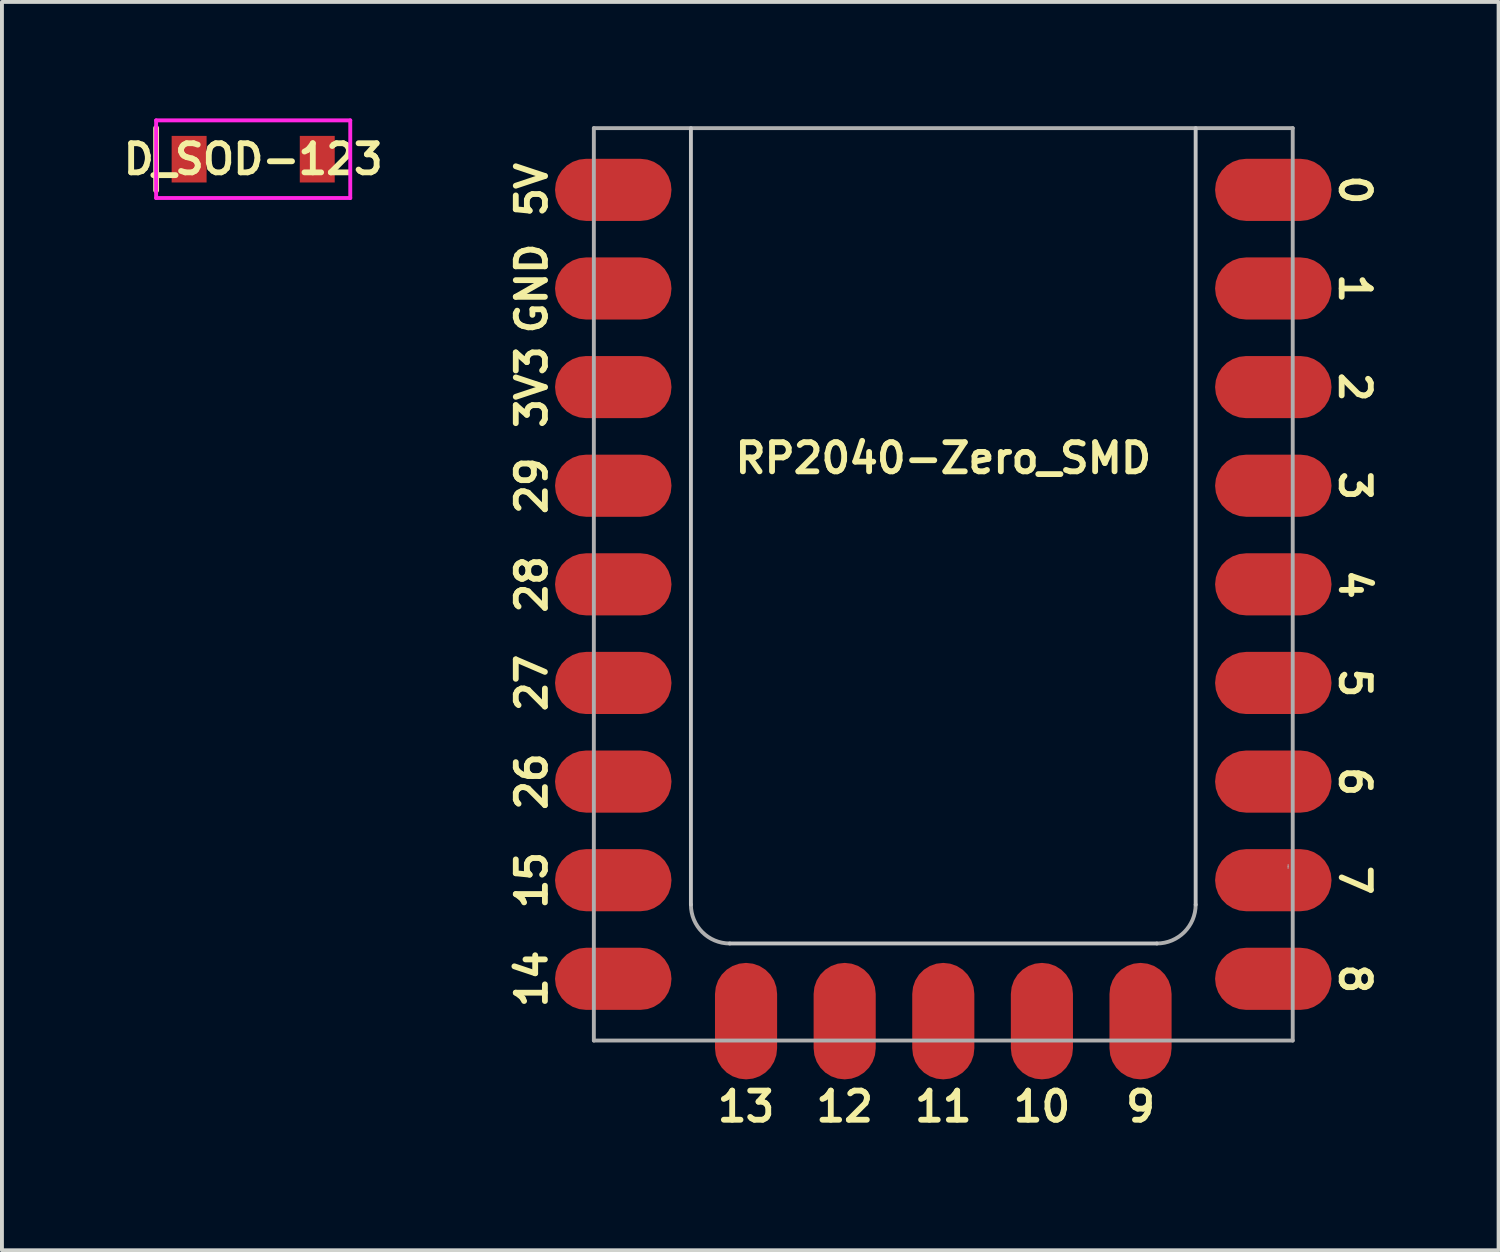
<source format=kicad_pcb>
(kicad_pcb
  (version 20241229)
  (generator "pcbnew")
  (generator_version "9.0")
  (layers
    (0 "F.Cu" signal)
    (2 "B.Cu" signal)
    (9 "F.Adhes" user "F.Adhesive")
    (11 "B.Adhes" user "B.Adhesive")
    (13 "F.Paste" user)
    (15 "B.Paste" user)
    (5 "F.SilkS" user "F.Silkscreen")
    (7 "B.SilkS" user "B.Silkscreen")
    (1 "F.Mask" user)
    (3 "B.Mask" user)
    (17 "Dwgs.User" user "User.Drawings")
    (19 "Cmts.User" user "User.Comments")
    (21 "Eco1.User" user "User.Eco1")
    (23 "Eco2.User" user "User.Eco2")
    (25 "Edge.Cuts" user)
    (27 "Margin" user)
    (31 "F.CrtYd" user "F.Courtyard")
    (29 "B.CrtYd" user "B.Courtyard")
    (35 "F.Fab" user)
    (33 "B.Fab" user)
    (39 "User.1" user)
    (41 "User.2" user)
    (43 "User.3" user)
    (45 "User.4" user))
  (footprint "D_SOD-123"
    (layer "F.Cu")
    (at 3.471 1.05)
    (property "Reference" "D_SOD-123" (at 0 0 0) (layer "F.SilkS") (effects (font (size 0.75 0.75) (thickness 0.15))))
    (attr smd)
    (fp_line (start -2.5 -0.8) (end -2.5 0.8) (stroke (width 0.15) (type solid)) (layer "F.SilkS"))
    (fp_line (start -2.5 -1) (end -2.5 1) (stroke (width 0.1) (type solid)) (layer "F.CrtYd"))
    (fp_line (start -2.5 1) (end 2.5 1) (stroke (width 0.1) (type solid)) (layer "F.CrtYd"))
    (fp_line (start 2.5 -1) (end -2.5 -1) (stroke (width 0.1) (type solid)) (layer "F.CrtYd"))
    (fp_line (start 2.5 1) (end 2.5 -1) (stroke (width 0.1) (type solid)) (layer "F.CrtYd"))
    (pad "1" smd rect (at -1.65 0) (size 0.9 1.2) (layers "F.Cu" "F.Mask" "F.Paste"))
    (pad "2" smd rect (at 1.65 0) (size 0.9 1.2) (layers "F.Cu" "F.Mask" "F.Paste")))
  (footprint "RP2040-Zero_SMD"
    (layer "F.Cu")
    (at 21.245 0.25)
    (property "Reference" "RP2040-Zero_SMD" (at 0 8.5 0) (layer "F.SilkS") (effects (font (size 0.75 0.75) (thickness 0.15))))
    (attr smd)
    (fp_line (start -6.5 0) (end -6.5 20) (stroke (width 0.1) (type solid)) (layer "Dwgs.User"))
    (fp_line (start -5.5 21) (end 5.5 21) (stroke (width 0.1) (type solid)) (layer "Dwgs.User"))
    (fp_line (start 6.5 0) (end 6.5 20) (stroke (width 0.1) (type solid)) (layer "Dwgs.User"))
    (fp_line (start -9 0) (end -9 23.5) (stroke (width 0.1) (type solid)) (layer "F.Fab"))
    (fp_line (start -9 23.5) (end 9 23.5) (stroke (width 0.1) (type solid)) (layer "F.Fab"))
    (fp_line (start 8.88 19.066) (end 8.881 19.017) (stroke (width 0.025) (type solid)) (layer "F.Fab"))
    (fp_line (start 8.881 19.017) (end 8.882 18.968) (stroke (width 0.025) (type solid)) (layer "F.Fab"))
    (fp_line (start 9 0) (end -9 0) (stroke (width 0.1) (type solid)) (layer "F.Fab"))
    (fp_line (start 9 0) (end 9 23.5) (stroke (width 0.1) (type solid)) (layer "F.Fab"))
    (fp_arc (start -5.5 21) (mid -6.207107 20.707107) (end -6.5 20) (stroke (width 0.1) (type default)) (layer "F.Fab"))
    (fp_arc (start 6.5 20) (mid 6.207107 20.707107) (end 5.5 21) (stroke (width 0.1) (type default)) (layer "F.Fab"))
    (fp_text user "12" (at -2.54 25.2 0) (unlocked yes) (layer "F.SilkS") (effects (font (size 0.75 0.75) (thickness 0.15))))
    (fp_text user "27" (at -10.6 14.29 90) (unlocked yes) (layer "F.SilkS") (effects (font (size 0.75 0.75) (thickness 0.15))))
    (fp_text user "GND" (at -10.6 4.13 90) (unlocked yes) (layer "F.SilkS") (effects (font (size 0.75 0.75) (thickness 0.15))))
    (fp_text user "8" (at 10.6 21.91 270) (unlocked yes) (layer "F.SilkS") (effects (font (size 0.75 0.75) (thickness 0.15))))
    (fp_text user "13" (at -5.08 25.2 0) (unlocked yes) (layer "F.SilkS") (effects (font (size 0.75 0.75) (thickness 0.15))))
    (fp_text user "3V3" (at -10.6 6.67 90) (unlocked yes) (layer "F.SilkS") (effects (font (size 0.75 0.75) (thickness 0.15))))
    (fp_text user "15" (at -10.6 19.37 90) (unlocked yes) (layer "F.SilkS") (effects (font (size 0.75 0.75) (thickness 0.15))))
    (fp_text user "7" (at 10.6 19.37 270) (unlocked yes) (layer "F.SilkS") (effects (font (size 0.75 0.75) (thickness 0.15))))
    (fp_text user "1" (at 10.6 4.13 270) (unlocked yes) (layer "F.SilkS") (effects (font (size 0.75 0.75) (thickness 0.15))))
    (fp_text user "2" (at 10.6 6.67 270) (unlocked yes) (layer "F.SilkS") (effects (font (size 0.75 0.75) (thickness 0.15))))
    (fp_text user "28" (at -10.6 11.75 90) (unlocked yes) (layer "F.SilkS") (effects (font (size 0.75 0.75) (thickness 0.15))))
    (fp_text user "26" (at -10.6 16.83 90) (unlocked yes) (layer "F.SilkS") (effects (font (size 0.75 0.75) (thickness 0.15))))
    (fp_text user "10" (at 2.54 25.2 0) (unlocked yes) (layer "F.SilkS") (effects (font (size 0.75 0.75) (thickness 0.15))))
    (fp_text user "29" (at -10.6 9.21 90) (unlocked yes) (layer "F.SilkS") (effects (font (size 0.75 0.75) (thickness 0.15))))
    (fp_text user "9" (at 5.08 25.2 0) (unlocked yes) (layer "F.SilkS") (effects (font (size 0.75 0.75) (thickness 0.15))))
    (fp_text user "14" (at -10.6 21.91 90) (unlocked yes) (layer "F.SilkS") (effects (font (size 0.75 0.75) (thickness 0.15))))
    (fp_text user "6" (at 10.6 16.83 270) (unlocked yes) (layer "F.SilkS") (effects (font (size 0.75 0.75) (thickness 0.15))))
    (fp_text user "4" (at 10.6 11.75 270) (unlocked yes) (layer "F.SilkS") (effects (font (size 0.75 0.75) (thickness 0.15))))
    (fp_text user "0" (at 10.6 1.59 270) (unlocked yes) (layer "F.SilkS") (effects (font (size 0.75 0.75) (thickness 0.15))))
    (fp_text user "11" (at 0 25.2 0) (unlocked yes) (layer "F.SilkS") (effects (font (size 0.75 0.75) (thickness 0.15))))
    (fp_text user "5" (at 10.6 14.29 270) (unlocked yes) (layer "F.SilkS") (effects (font (size 0.75 0.75) (thickness 0.15))))
    (fp_text user "3" (at 10.6 9.21 270) (unlocked yes) (layer "F.SilkS") (effects (font (size 0.75 0.75) (thickness 0.15))))
    (fp_text user "5V" (at -10.6 1.59 90) (unlocked yes) (layer "F.SilkS") (effects (font (size 0.75 0.75) (thickness 0.15))))
    (pad "1" smd roundrect (at 8.5 1.59) (size 3 1.6) (layers "F.Cu" "F.Mask" "F.Paste") (roundrect_rratio 0.5))
    (pad "2" smd roundrect (at 8.5 4.13) (size 3 1.6) (layers "F.Cu" "F.Mask" "F.Paste") (roundrect_rratio 0.5))
    (pad "3" smd roundrect (at 8.5 6.67) (size 3 1.6) (layers "F.Cu" "F.Mask" "F.Paste") (roundrect_rratio 0.5))
    (pad "4" smd roundrect (at 8.5 9.21) (size 3 1.6) (layers "F.Cu" "F.Mask" "F.Paste") (roundrect_rratio 0.5))
    (pad "5" smd roundrect (at 8.5 11.75) (size 3 1.6) (layers "F.Cu" "F.Mask" "F.Paste") (roundrect_rratio 0.5))
    (pad "6" smd roundrect (at 8.5 14.29) (size 3 1.6) (layers "F.Cu" "F.Mask" "F.Paste") (roundrect_rratio 0.5))
    (pad "7" smd roundrect (at 8.5 16.83) (size 3 1.6) (layers "F.Cu" "F.Mask" "F.Paste") (roundrect_rratio 0.5))
    (pad "8" smd roundrect (at 8.5 19.37) (size 3 1.6) (layers "F.Cu" "F.Mask" "F.Paste") (roundrect_rratio 0.5))
    (pad "9" smd roundrect (at 8.5 21.91) (size 3 1.6) (layers "F.Cu" "F.Mask" "F.Paste") (roundrect_rratio 0.5))
    (pad "10" smd roundrect (at 5.08 23 90) (size 3 1.6) (layers "F.Cu" "F.Mask" "F.Paste") (roundrect_rratio 0.5))
    (pad "11" smd roundrect (at 2.54 23 90) (size 3 1.6) (layers "F.Cu" "F.Mask" "F.Paste") (roundrect_rratio 0.5))
    (pad "12" smd roundrect (at 0 23 90) (size 3 1.6) (layers "F.Cu" "F.Mask" "F.Paste") (roundrect_rratio 0.5))
    (pad "13" smd roundrect (at -2.54 23 90) (size 3 1.6) (layers "F.Cu" "F.Mask" "F.Paste") (roundrect_rratio 0.5))
    (pad "14" smd roundrect (at -5.08 23 90) (size 3 1.6) (layers "F.Cu" "F.Mask" "F.Paste") (roundrect_rratio 0.5))
    (pad "15" smd roundrect (at -8.5 21.91) (size 3 1.6) (layers "F.Cu" "F.Mask" "F.Paste") (roundrect_rratio 0.5))
    (pad "16" smd roundrect (at -8.5 19.37) (size 3 1.6) (layers "F.Cu" "F.Mask" "F.Paste") (roundrect_rratio 0.5))
    (pad "17" smd roundrect (at -8.5 16.83) (size 3 1.6) (layers "F.Cu" "F.Mask" "F.Paste") (roundrect_rratio 0.5))
    (pad "18" smd roundrect (at -8.5 14.29) (size 3 1.6) (layers "F.Cu" "F.Mask" "F.Paste") (roundrect_rratio 0.5))
    (pad "19" smd roundrect (at -8.5 11.75) (size 3 1.6) (layers "F.Cu" "F.Mask" "F.Paste") (roundrect_rratio 0.5))
    (pad "20" smd roundrect (at -8.5 9.21) (size 3 1.6) (layers "F.Cu" "F.Mask" "F.Paste") (roundrect_rratio 0.5))
    (pad "21" smd roundrect (at -8.5 6.67) (size 3 1.6) (layers "F.Cu" "F.Mask" "F.Paste") (roundrect_rratio 0.5))
    (pad "22" smd roundrect (at -8.5 4.13) (size 3 1.6) (layers "F.Cu" "F.Mask" "F.Paste") (roundrect_rratio 0.5))
    (pad "23" smd roundrect (at -8.5 1.59) (size 3 1.6) (layers "F.Cu" "F.Mask" "F.Paste") (roundrect_rratio 0.5)))
  (gr_rect
    (start -3 -3)
    (end 35.547 29.152)
    (stroke (width 0.1) (type default))
    (fill no)
    (layer "Edge.Cuts")))
</source>
